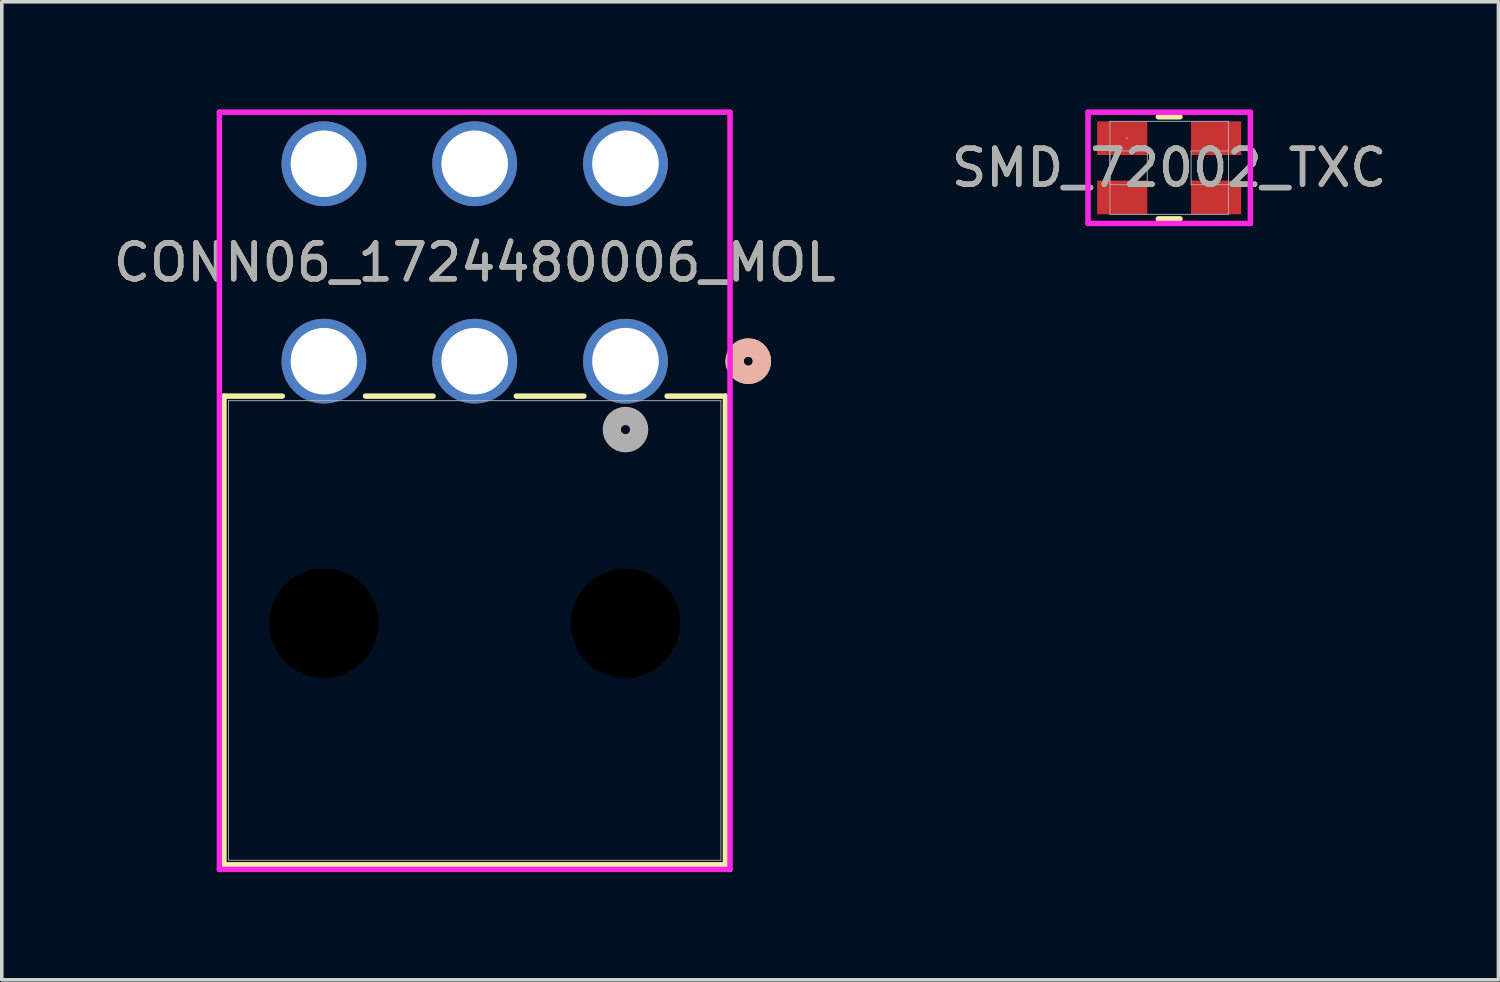
<source format=kicad_pcb>
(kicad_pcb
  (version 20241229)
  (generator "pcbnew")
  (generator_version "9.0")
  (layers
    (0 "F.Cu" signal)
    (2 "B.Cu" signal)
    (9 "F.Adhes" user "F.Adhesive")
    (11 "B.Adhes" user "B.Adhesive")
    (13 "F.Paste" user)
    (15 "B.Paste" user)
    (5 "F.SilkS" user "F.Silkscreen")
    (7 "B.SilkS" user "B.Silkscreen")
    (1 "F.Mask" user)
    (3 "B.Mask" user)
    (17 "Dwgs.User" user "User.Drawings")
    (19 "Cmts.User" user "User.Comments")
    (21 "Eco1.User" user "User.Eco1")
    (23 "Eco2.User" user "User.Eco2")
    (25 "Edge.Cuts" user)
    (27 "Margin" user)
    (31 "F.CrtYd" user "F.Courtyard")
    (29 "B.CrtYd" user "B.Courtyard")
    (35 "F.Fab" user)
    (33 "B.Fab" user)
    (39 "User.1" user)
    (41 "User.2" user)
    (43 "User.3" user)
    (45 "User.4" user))
  (footprint "CONN06_1724480006_MOL"
    (layer "F.Cu")
    (at 14.373 7.011)
    (property "Reference" "CONN06_1724480006_MOL" (at -4.2 -2.75 0) (unlocked yes) (layer "F.SilkS") (effects (font (size 1 1) (thickness 0.15))))
    (attr through_hole)
    (fp_line (start -11.185 0.973) (end -11.185 14.029) (stroke (width 0.152) (type solid)) (layer "F.SilkS"))
    (fp_line (start -11.185 14.029) (end 2.785 14.029) (stroke (width 0.152) (type solid)) (layer "F.SilkS"))
    (fp_line (start -9.56 0.973) (end -11.185 0.973) (stroke (width 0.152) (type solid)) (layer "F.SilkS"))
    (fp_line (start -5.36 0.973) (end -7.24 0.973) (stroke (width 0.152) (type solid)) (layer "F.SilkS"))
    (fp_line (start -1.16 0.973) (end -3.04 0.973) (stroke (width 0.152) (type solid)) (layer "F.SilkS"))
    (fp_line (start 2.785 0.973) (end 1.16 0.973) (stroke (width 0.152) (type solid)) (layer "F.SilkS"))
    (fp_line (start 2.785 14.029) (end 2.785 0.973) (stroke (width 0.152) (type solid)) (layer "F.SilkS"))
    (fp_circle (center 3.42 0) (end 3.801 0) (stroke (width 0.508) (type solid)) (fill no) (layer "F.SilkS"))
    (fp_circle (center 3.42 0) (end 3.801 0) (stroke (width 0.508) (type solid)) (fill no) (layer "B.SilkS"))
    (fp_line (start -11.312 -6.935) (end -11.312 14.156) (stroke (width 0.152) (type solid)) (layer "F.CrtYd"))
    (fp_line (start -11.312 14.156) (end 2.912 14.156) (stroke (width 0.152) (type solid)) (layer "F.CrtYd"))
    (fp_line (start 2.912 -6.935) (end -11.312 -6.935) (stroke (width 0.152) (type solid)) (layer "F.CrtYd"))
    (fp_line (start 2.912 14.156) (end 2.912 -6.935) (stroke (width 0.152) (type solid)) (layer "F.CrtYd"))
    (fp_line (start -11.058 1.1) (end -11.058 13.902) (stroke (width 0.025) (type solid)) (layer "F.Fab"))
    (fp_line (start -11.058 13.902) (end 2.658 13.902) (stroke (width 0.025) (type solid)) (layer "F.Fab"))
    (fp_line (start 2.658 1.1) (end -11.058 1.1) (stroke (width 0.025) (type solid)) (layer "F.Fab"))
    (fp_line (start 2.658 13.902) (end 2.658 1.1) (stroke (width 0.025) (type solid)) (layer "F.Fab"))
    (fp_circle (center 0 1.905) (end 0.381 1.905) (stroke (width 0.508) (type solid)) (fill no) (layer "F.Fab"))
    (fp_text user "${REFERENCE}" (at -4.2 -2.75 0) (unlocked yes) (layer "F.Fab") (effects (font (size 1 1) (thickness 0.15))))
    (pad "" np_thru_hole circle (at -8.4 7.3) (size 3.048 3.048) (drill 3.048) (layers))
    (pad "" np_thru_hole circle (at 0 7.3) (size 3.048 3.048) (drill 3.048) (layers))
    (pad "1" thru_hole circle (at 0 0) (size 2.362 2.362) (drill 1.854) (layers "*.Cu" "*.Mask"))
    (pad "2" thru_hole circle (at -4.2 0) (size 2.362 2.362) (drill 1.854) (layers "*.Cu" "*.Mask"))
    (pad "3" thru_hole circle (at -8.4 0) (size 2.362 2.362) (drill 1.854) (layers "*.Cu" "*.Mask"))
    (pad "4" thru_hole circle (at 0 -5.5) (size 2.362 2.362) (drill 1.854) (layers "*.Cu" "*.Mask"))
    (pad "5" thru_hole circle (at -4.2 -5.5) (size 2.362 2.362) (drill 1.854) (layers "*.Cu" "*.Mask"))
    (pad "6" thru_hole circle (at -8.4 -5.5) (size 2.362 2.362) (drill 1.854) (layers "*.Cu" "*.Mask")))
  (footprint "SMD_72002_TXC"
    (layer "F.Cu")
    (at 29.518 1.625)
    (property "Reference" "SMD_72002_TXC" (at 0 0 0) (unlocked yes) (layer "F.SilkS") (effects (font (size 1 1) (thickness 0.15))))
    (attr smd)
    (fp_line (start -0.302 1.422) (end 0.302 1.422) (stroke (width 0.152) (type solid)) (layer "F.SilkS"))
    (fp_line (start 0.302 -1.422) (end -0.302 -1.422) (stroke (width 0.152) (type solid)) (layer "F.SilkS"))
    (fp_line (start -2.261 -1.549) (end 2.261 -1.549) (stroke (width 0.152) (type solid)) (layer "F.CrtYd"))
    (fp_line (start -2.261 1.549) (end -2.261 -1.549) (stroke (width 0.152) (type solid)) (layer "F.CrtYd"))
    (fp_line (start 2.261 -1.549) (end 2.261 1.549) (stroke (width 0.152) (type solid)) (layer "F.CrtYd"))
    (fp_line (start 2.261 1.549) (end -2.261 1.549) (stroke (width 0.152) (type solid)) (layer "F.CrtYd"))
    (fp_line (start -1.651 -1.295) (end -1.651 1.295) (stroke (width 0.025) (type solid)) (layer "F.Fab"))
    (fp_line (start -1.651 -0.47) (end -1.651 0.47) (stroke (width 0.025) (type solid)) (layer "F.Fab"))
    (fp_line (start -1.651 0.47) (end -0.61 0.47) (stroke (width 0.025) (type solid)) (layer "F.Fab"))
    (fp_line (start -1.651 1.295) (end 1.651 1.295) (stroke (width 0.025) (type solid)) (layer "F.Fab"))
    (fp_line (start -0.61 -0.47) (end -1.651 -0.47) (stroke (width 0.025) (type solid)) (layer "F.Fab"))
    (fp_line (start -0.61 0.47) (end -0.61 -0.47) (stroke (width 0.025) (type solid)) (layer "F.Fab"))
    (fp_line (start 0.61 -0.47) (end 0.61 0.47) (stroke (width 0.025) (type solid)) (layer "F.Fab"))
    (fp_line (start 0.61 0.47) (end 1.651 0.47) (stroke (width 0.025) (type solid)) (layer "F.Fab"))
    (fp_line (start 1.651 -1.295) (end -1.651 -1.295) (stroke (width 0.025) (type solid)) (layer "F.Fab"))
    (fp_line (start 1.651 -0.47) (end 0.61 -0.47) (stroke (width 0.025) (type solid)) (layer "F.Fab"))
    (fp_line (start 1.651 0.47) (end 1.651 -0.47) (stroke (width 0.025) (type solid)) (layer "F.Fab"))
    (fp_line (start 1.651 1.295) (end 1.651 -1.295) (stroke (width 0.025) (type solid)) (layer "F.Fab"))
    (fp_circle (center -1.181 -0.825) (end -1.181 -0.825) (stroke (width 0.025) (type solid)) (fill no) (layer "F.Fab"))
    (fp_text user "${REFERENCE}" (at 0 0 0) (unlocked yes) (layer "F.Fab") (effects (font (size 1 1) (thickness 0.15))))
    (pad "1" smd rect (at -1.308 0.825) (size 1.397 0.94) (layers "F.Cu" "F.Mask" "F.Paste"))
    (pad "2" smd rect (at 1.308 0.825) (size 1.397 0.94) (layers "F.Cu" "F.Mask" "F.Paste"))
    (pad "3" smd rect (at 1.308 -0.825) (size 1.397 0.94) (layers "F.Cu" "F.Mask" "F.Paste"))
    (pad "4" smd rect (at -1.308 -0.825) (size 1.397 0.94) (layers "F.Cu" "F.Mask" "F.Paste"))
    (zone (net_name "") (layer "F.Cu") (hatch full 0.508) (connect_pads) (min_thickness 0.254) (filled_areas_thickness no) (keepout (tracks not_allowed) (vias not_allowed) (pads allowed) (copperpour not_allowed) (footprints allowed)) (placement (enabled no)) (fill) (polygon (pts (xy 28.959 0.381) (xy 30.077 0.381) (xy 30.077 2.87) (xy 28.959 2.87)))))
  (gr_rect
    (start -3 -3)
    (end 38.69 24.243)
    (stroke (width 0.1) (type default))
    (fill no)
    (layer "Edge.Cuts")))
</source>
